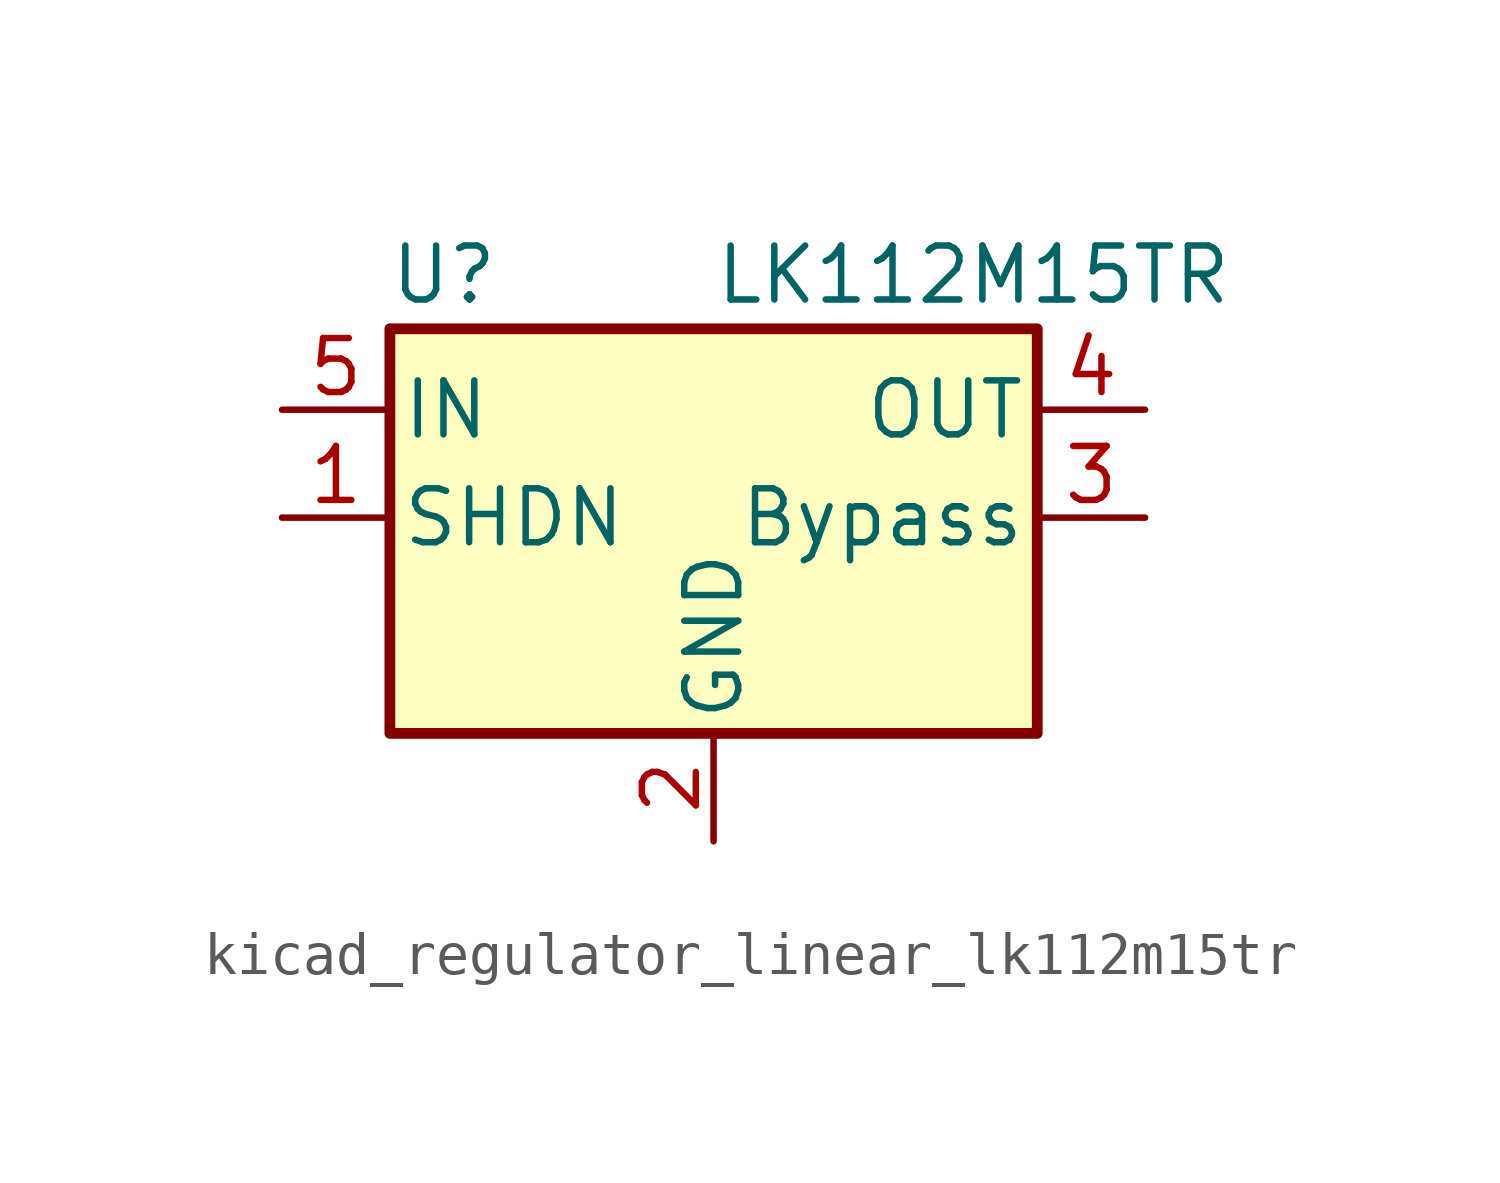
<source format=kicad_sym>
(kicad_symbol_lib
  (version 20220914)
  (generator kicad_symbol_editor)
  (symbol "kicad_regulator_linear_lk112m15tr"
    (pin_names
      (offset 0.254))
    (property "Reference" "U"
      (at -6.35 5.715 0)
      (effects (font (size 1.27 1.27))))
    (property "Value" "LK112M15TR"
      (at 0 5.715 0)
      (effects (font (size 1.27 1.27)) (justify left)))
    (symbol "kicad_regulator_linear_lk112m15tr_0_1"
      (rectangle (start -7.62 4.445) (end 7.62 -5.08) (stroke (width 0.254) (type default)) (fill (type background))))
    (symbol "kicad_regulator_linear_lk112m15tr_1_1"
      (pin input line (at -10.16 0 0) (length 2.54) (name "SHDN" (effects (font (size 1.27 1.27)))) (number "1" (effects (font (size 1.27 1.27)))))
      (pin power_in line (at 0 -7.62 90) (length 2.54) (name "GND" (effects (font (size 1.27 1.27)))) (number "2" (effects (font (size 1.27 1.27)))))
      (pin passive line (at 10.16 0 180) (length 2.54) (name "Bypass" (effects (font (size 1.27 1.27)))) (number "3" (effects (font (size 1.27 1.27)))))
      (pin power_out line (at 10.16 2.54 180) (length 2.54) (name "OUT" (effects (font (size 1.27 1.27)))) (number "4" (effects (font (size 1.27 1.27)))))
      (pin power_in line (at -10.16 2.54 0) (length 2.54) (name "IN" (effects (font (size 1.27 1.27)))) (number "5" (effects (font (size 1.27 1.27))))))))
</source>
